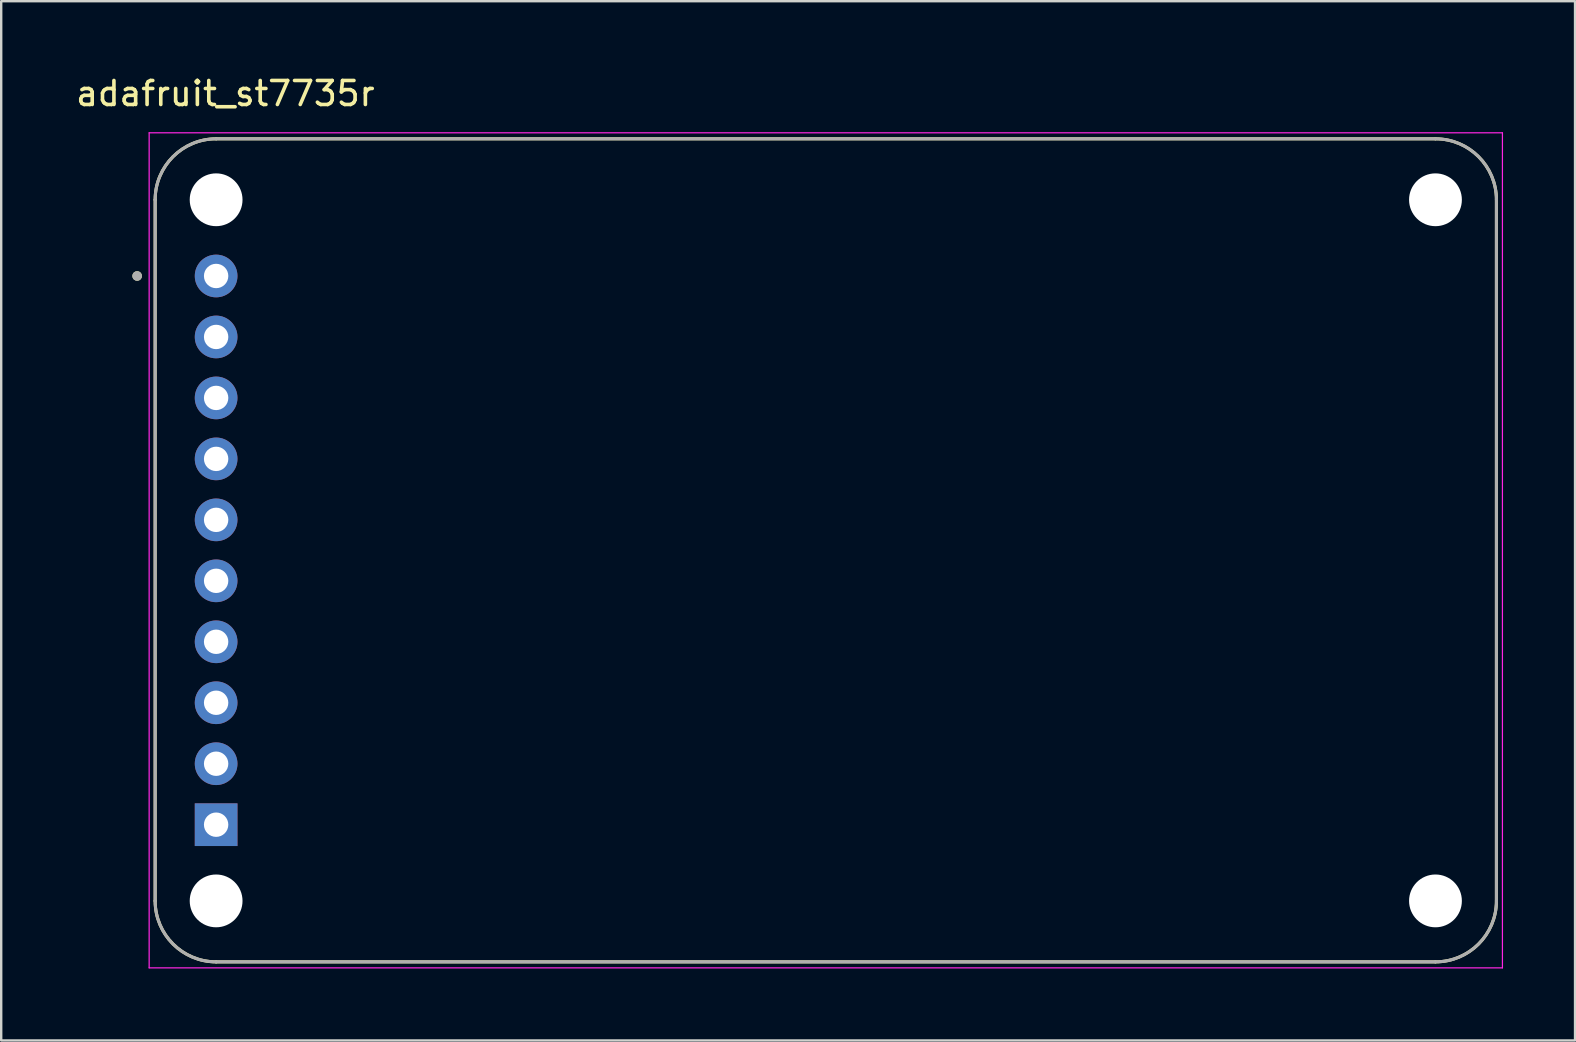
<source format=kicad_pcb>
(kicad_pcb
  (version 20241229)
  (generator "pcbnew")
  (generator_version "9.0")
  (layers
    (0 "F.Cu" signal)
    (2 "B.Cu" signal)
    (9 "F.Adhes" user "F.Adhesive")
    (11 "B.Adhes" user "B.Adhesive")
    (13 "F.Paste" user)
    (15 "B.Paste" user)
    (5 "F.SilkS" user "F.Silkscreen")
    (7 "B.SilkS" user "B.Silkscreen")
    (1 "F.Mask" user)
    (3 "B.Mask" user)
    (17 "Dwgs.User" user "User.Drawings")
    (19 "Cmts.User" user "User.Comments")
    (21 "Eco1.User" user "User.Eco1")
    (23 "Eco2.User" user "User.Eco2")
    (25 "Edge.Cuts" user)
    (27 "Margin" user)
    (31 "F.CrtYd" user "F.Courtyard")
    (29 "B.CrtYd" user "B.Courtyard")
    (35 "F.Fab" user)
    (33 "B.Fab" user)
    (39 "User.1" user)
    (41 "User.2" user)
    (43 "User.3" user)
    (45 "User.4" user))
  (footprint "adafruit_st7735r"
    (layer "F.Cu")
    (at 31.354 19.878)
    (property "Reference" "adafruit_st7735r" (at -25.015 -19.03 0) (layer "F.SilkS") (effects (font (size 1 1) (thickness 0.15))))
    (attr through_hole)
    (fp_line (start -27.94 -14.605) (end -27.94 14.605) (stroke (width 0.127) (type solid)) (layer "F.SilkS"))
    (fp_line (start -25.4 17.145) (end 25.4 17.145) (stroke (width 0.127) (type solid)) (layer "F.SilkS"))
    (fp_line (start 25.4 -17.145) (end -25.4 -17.145) (stroke (width 0.127) (type solid)) (layer "F.SilkS"))
    (fp_line (start 27.94 14.605) (end 27.94 -14.605) (stroke (width 0.127) (type solid)) (layer "F.SilkS"))
    (fp_arc (start -27.94 -14.605) (mid -27.196051 -16.401051) (end -25.4 -17.145) (stroke (width 0.127) (type solid)) (layer "F.SilkS"))
    (fp_arc (start -25.4 17.145) (mid -27.196051 16.401051) (end -27.94 14.605) (stroke (width 0.127) (type solid)) (layer "F.SilkS"))
    (fp_arc (start 25.4 -17.145) (mid 27.196051 -16.401051) (end 27.94 -14.605) (stroke (width 0.127) (type solid)) (layer "F.SilkS"))
    (fp_arc (start 27.94 14.605) (mid 27.196051 16.401051) (end 25.4 17.145) (stroke (width 0.127) (type solid)) (layer "F.SilkS"))
    (fp_circle (center -28.69 -11.43) (end -28.59 -11.43) (stroke (width 0.2) (type solid)) (fill no) (layer "F.SilkS"))
    (fp_line (start -28.19 -17.395) (end -28.19 17.395) (stroke (width 0.05) (type solid)) (layer "F.CrtYd"))
    (fp_line (start -28.19 17.395) (end 28.19 17.395) (stroke (width 0.05) (type solid)) (layer "F.CrtYd"))
    (fp_line (start 28.19 -17.395) (end -28.19 -17.395) (stroke (width 0.05) (type solid)) (layer "F.CrtYd"))
    (fp_line (start 28.19 17.395) (end 28.19 -17.395) (stroke (width 0.05) (type solid)) (layer "F.CrtYd"))
    (fp_line (start -27.94 -14.605) (end -27.94 14.605) (stroke (width 0.127) (type solid)) (layer "F.Fab"))
    (fp_line (start -25.4 17.145) (end 25.4 17.145) (stroke (width 0.127) (type solid)) (layer "F.Fab"))
    (fp_line (start 25.4 -17.145) (end -25.4 -17.145) (stroke (width 0.127) (type solid)) (layer "F.Fab"))
    (fp_line (start 27.94 14.605) (end 27.94 -14.605) (stroke (width 0.127) (type solid)) (layer "F.Fab"))
    (fp_arc (start -27.94 -14.605) (mid -27.196051 -16.401051) (end -25.4 -17.145) (stroke (width 0.127) (type solid)) (layer "F.Fab"))
    (fp_arc (start -25.4 17.145) (mid -27.196051 16.401051) (end -27.94 14.605) (stroke (width 0.127) (type solid)) (layer "F.Fab"))
    (fp_arc (start 25.4 -17.145) (mid 27.196051 -16.401051) (end 27.94 -14.605) (stroke (width 0.127) (type solid)) (layer "F.Fab"))
    (fp_arc (start 27.94 14.605) (mid 27.196051 16.401051) (end 25.4 17.145) (stroke (width 0.127) (type solid)) (layer "F.Fab"))
    (fp_circle (center -28.69 -11.43) (end -28.59 -11.43) (stroke (width 0.2) (type solid)) (fill no) (layer "F.Fab"))
    (pad "" np_thru_hole circle (at -25.4 -14.605) (size 2.2 2.2) (drill 2.2) (layers "*.Cu" "*.Mask"))
    (pad "" np_thru_hole circle (at -25.4 14.605) (size 2.2 2.2) (drill 2.2) (layers "*.Cu" "*.Mask"))
    (pad "" np_thru_hole circle (at 25.4 -14.605) (size 2.2 2.2) (drill 2.2) (layers "*.Cu" "*.Mask"))
    (pad "" np_thru_hole circle (at 25.4 14.605) (size 2.2 2.2) (drill 2.2) (layers "*.Cu" "*.Mask"))
    (pad "1" thru_hole rect (at -25.4 11.43) (size 1.778 1.778) (drill 1.016) (layers "*.Cu" "*.Mask"))
    (pad "2" thru_hole circle (at -25.4 8.89) (size 1.778 1.778) (drill 1.016) (layers "*.Cu" "*.Mask"))
    (pad "3" thru_hole circle (at -25.4 6.35) (size 1.778 1.778) (drill 1.016) (layers "*.Cu" "*.Mask"))
    (pad "4" thru_hole circle (at -25.4 3.81) (size 1.778 1.778) (drill 1.016) (layers "*.Cu" "*.Mask"))
    (pad "5" thru_hole circle (at -25.4 1.27) (size 1.778 1.778) (drill 1.016) (layers "*.Cu" "*.Mask"))
    (pad "6" thru_hole circle (at -25.4 -1.27) (size 1.778 1.778) (drill 1.016) (layers "*.Cu" "*.Mask"))
    (pad "7" thru_hole circle (at -25.4 -3.81) (size 1.778 1.778) (drill 1.016) (layers "*.Cu" "*.Mask"))
    (pad "8" thru_hole circle (at -25.4 -6.35) (size 1.778 1.778) (drill 1.016) (layers "*.Cu" "*.Mask"))
    (pad "9" thru_hole circle (at -25.4 -8.89) (size 1.778 1.778) (drill 1.016) (layers "*.Cu" "*.Mask"))
    (pad "10" thru_hole circle (at -25.4 -11.43) (size 1.778 1.778) (drill 1.016) (layers "*.Cu" "*.Mask")))
  (gr_rect
    (start -3 -3)
    (end 62.569 40.298)
    (stroke (width 0.1) (type default))
    (fill no)
    (layer "Edge.Cuts")))
</source>
